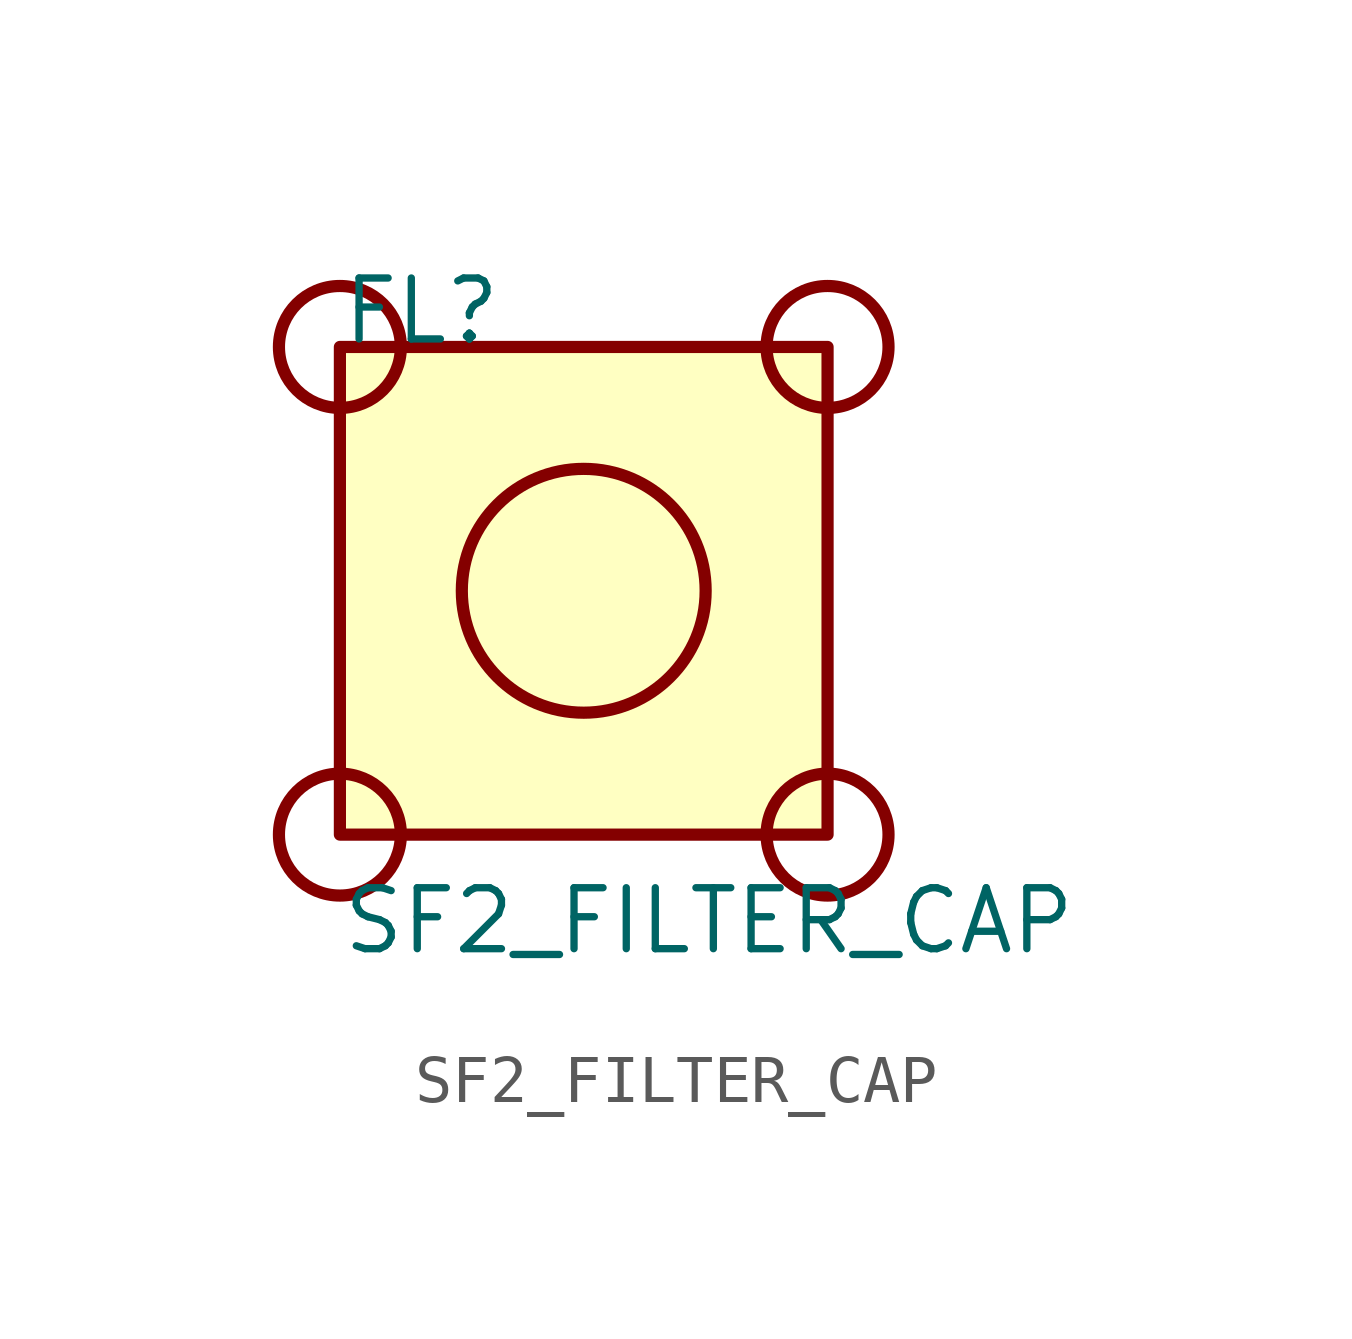
<source format=kicad_sym>
(kicad_symbol_lib
  (version 20211014)
  (generator kicad_symbol_editor)
  (symbol "SF2_FILTER_CAP"
    (pin_names
      (offset 1.016))
    (property "Reference" "FL"
      (at -5.083 5.083 0)
      (effects (font (size 1.27 1.27)) (justify bottom left)))
    (property "Value" "SF2_FILTER_CAP"
      (at -5.08 -7.62 0)
      (effects (font (size 1.27 1.27)) (justify bottom left)))
    (symbol "SF2_FILTER_CAP_0_0"
      (circle (center 0.0 0.0) (radius 2.54) (stroke (width 0.254)) (fill (type none)))
      (circle (center 5.08 5.08) (radius 1.27) (stroke (width 0.254)) (fill (type none)))
      (circle (center 5.08 -5.08) (radius 1.27) (stroke (width 0.254)) (fill (type none)))
      (circle (center -5.08 -5.08) (radius 1.27) (stroke (width 0.254)) (fill (type none)))
      (circle (center -5.08 5.08) (radius 1.27) (stroke (width 0.254)) (fill (type none)))
      (rectangle (start -5.08 -5.08) (end 5.08 5.08) (stroke (width 0.254)) (fill (type background))))))
</source>
